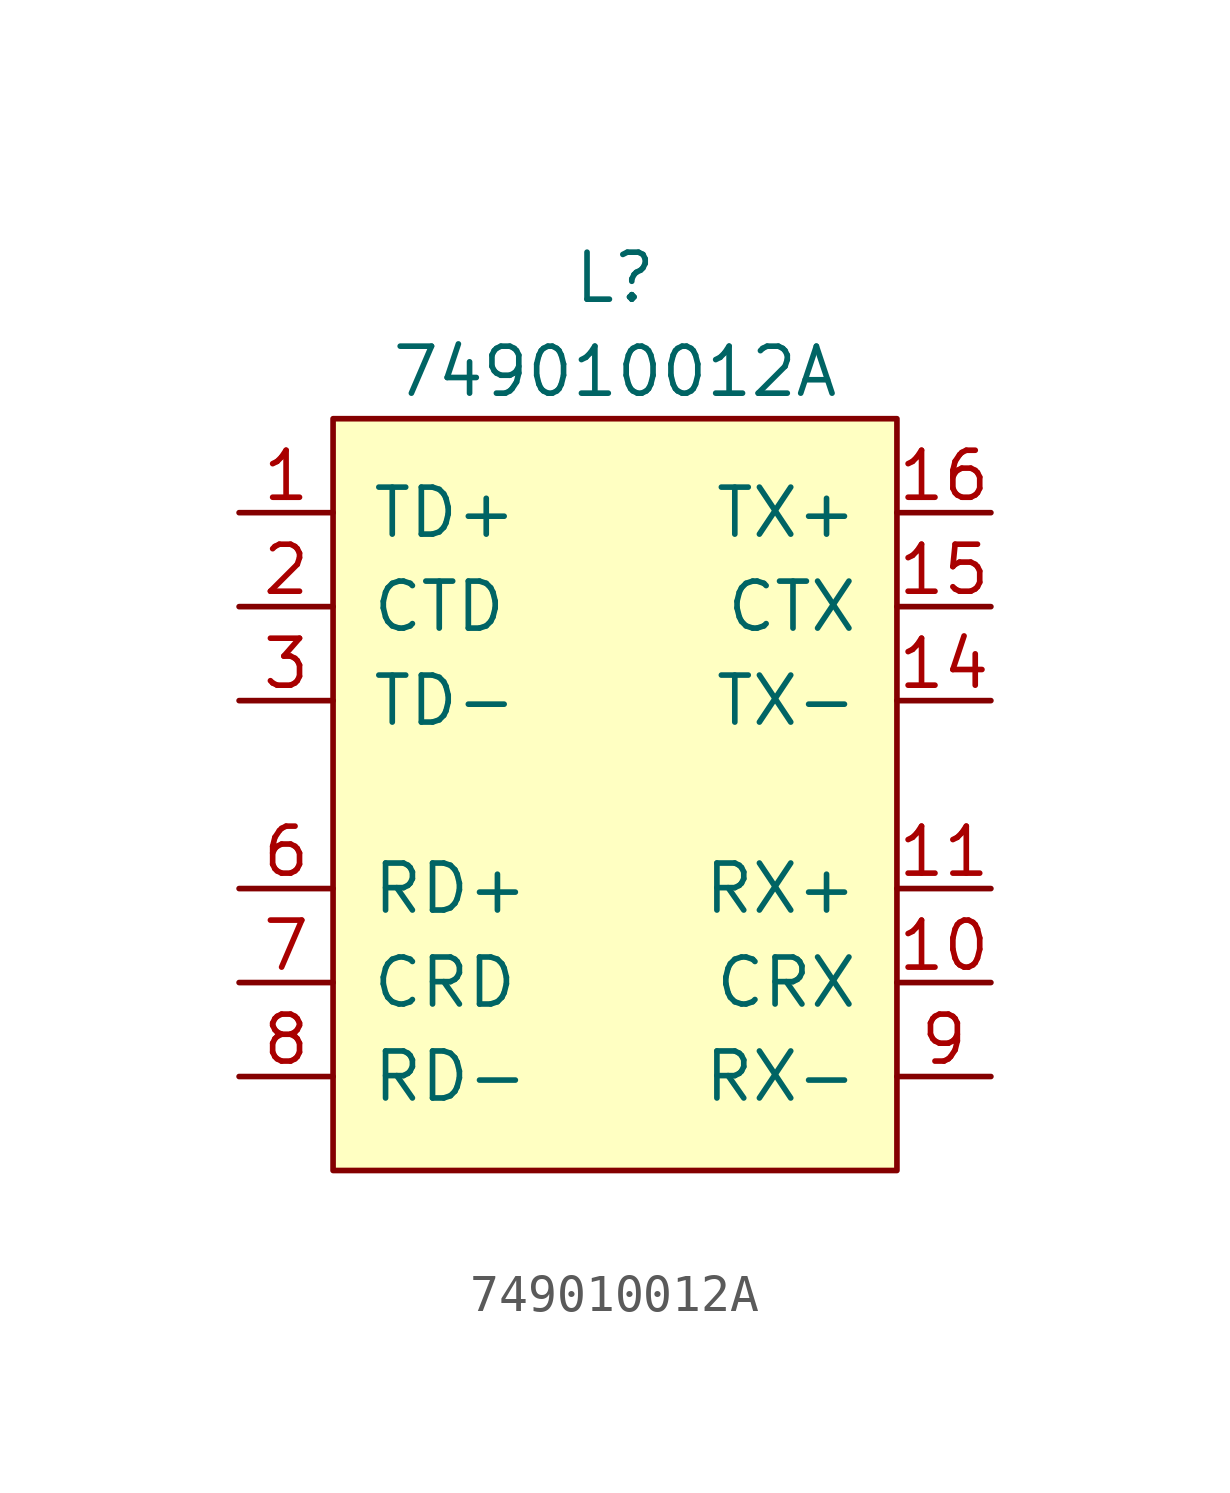
<source format=kicad_sym>
(kicad_symbol_lib
  (version 20211014)
  (generator kicad_symbol_editor)
  (symbol "749010012A"
    (pin_names
      (offset 1.016))
    (property "Reference" "L"
      (at 0 13.97 0)
      (effects (font (size 1.27 1.27))))
    (property "Value" "749010012A"
      (at 0 11.43 0)
      (effects (font (size 1.27 1.27))))
    (symbol "749010012A_0_1"
      (rectangle (start -7.62 10.16) (end 7.62 -10.16) (stroke (width 0) (type default) (color 0 0 0 0)) (fill (type background))))
    (symbol "749010012A_1_1"
      (pin bidirectional line (at -10.16 7.62 0) (length 2.54) (name "TD+" (effects (font (size 1.27 1.27)))) (number "1" (effects (font (size 1.27 1.27)))))
      (pin bidirectional line (at 10.16 -5.08 180) (length 2.54) (name "CRX" (effects (font (size 1.27 1.27)))) (number "10" (effects (font (size 1.27 1.27)))))
      (pin bidirectional line (at 10.16 -2.54 180) (length 2.54) (name "RX+" (effects (font (size 1.27 1.27)))) (number "11" (effects (font (size 1.27 1.27)))))
      (pin bidirectional line (at 10.16 2.54 180) (length 2.54) (name "TX-" (effects (font (size 1.27 1.27)))) (number "14" (effects (font (size 1.27 1.27)))))
      (pin bidirectional line (at 10.16 5.08 180) (length 2.54) (name "CTX" (effects (font (size 1.27 1.27)))) (number "15" (effects (font (size 1.27 1.27)))))
      (pin bidirectional line (at 10.16 7.62 180) (length 2.54) (name "TX+" (effects (font (size 1.27 1.27)))) (number "16" (effects (font (size 1.27 1.27)))))
      (pin passive line (at -10.16 5.08 0) (length 2.54) (name "CTD" (effects (font (size 1.27 1.27)))) (number "2" (effects (font (size 1.27 1.27)))))
      (pin bidirectional line (at -10.16 2.54 0) (length 2.54) (name "TD-" (effects (font (size 1.27 1.27)))) (number "3" (effects (font (size 1.27 1.27)))))
      (pin bidirectional line (at -10.16 -2.54 0) (length 2.54) (name "RD+" (effects (font (size 1.27 1.27)))) (number "6" (effects (font (size 1.27 1.27)))))
      (pin passive line (at -10.16 -5.08 0) (length 2.54) (name "CRD" (effects (font (size 1.27 1.27)))) (number "7" (effects (font (size 1.27 1.27)))))
      (pin bidirectional line (at -10.16 -7.62 0) (length 2.54) (name "RD-" (effects (font (size 1.27 1.27)))) (number "8" (effects (font (size 1.27 1.27)))))
      (pin bidirectional line (at 10.16 -7.62 180) (length 2.54) (name "RX-" (effects (font (size 1.27 1.27)))) (number "9" (effects (font (size 1.27 1.27))))))))
</source>
